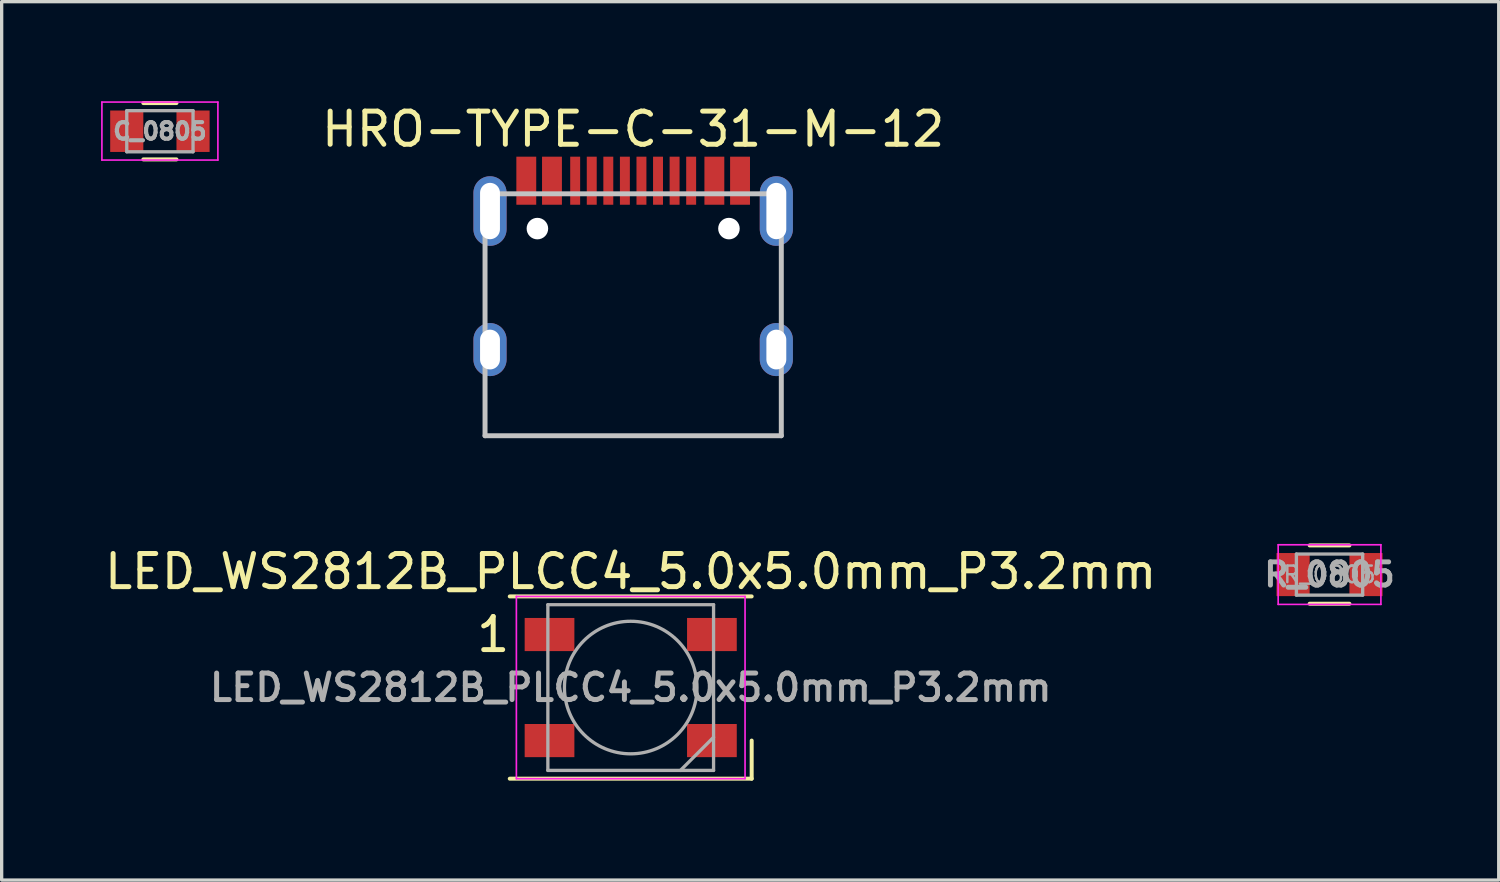
<source format=kicad_pcb>
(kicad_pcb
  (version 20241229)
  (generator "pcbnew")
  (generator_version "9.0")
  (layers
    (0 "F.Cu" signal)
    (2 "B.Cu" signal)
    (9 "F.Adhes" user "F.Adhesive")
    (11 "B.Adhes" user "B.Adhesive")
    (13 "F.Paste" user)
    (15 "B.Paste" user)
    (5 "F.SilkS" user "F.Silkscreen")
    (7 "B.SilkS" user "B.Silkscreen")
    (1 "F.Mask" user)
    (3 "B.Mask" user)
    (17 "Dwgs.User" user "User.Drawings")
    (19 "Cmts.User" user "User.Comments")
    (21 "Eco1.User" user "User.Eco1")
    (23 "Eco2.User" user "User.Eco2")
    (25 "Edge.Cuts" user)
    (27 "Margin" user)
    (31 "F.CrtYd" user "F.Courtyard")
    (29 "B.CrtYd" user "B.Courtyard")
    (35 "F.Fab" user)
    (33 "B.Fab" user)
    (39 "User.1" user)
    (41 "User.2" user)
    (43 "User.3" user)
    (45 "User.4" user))
  (footprint "C_0805"
    (layer "F.Cu")
    (at 1.775 0.91)
    (property "Reference" "C_0805" (at 0 0 0) (layer "F.Fab") (effects (font (size 0.5 0.5) (thickness 0.125))))
    (attr smd)
    (fp_line (start -0.5 0.85) (end 0.5 0.85) (stroke (width 0.12) (type solid)) (layer "F.SilkS"))
    (fp_line (start 0.5 -0.85) (end -0.5 -0.85) (stroke (width 0.12) (type solid)) (layer "F.SilkS"))
    (fp_line (start -1.75 -0.88) (end -1.75 0.87) (stroke (width 0.05) (type solid)) (layer "F.CrtYd"))
    (fp_line (start -1.75 -0.88) (end 1.75 -0.88) (stroke (width 0.05) (type solid)) (layer "F.CrtYd"))
    (fp_line (start 1.75 0.87) (end -1.75 0.87) (stroke (width 0.05) (type solid)) (layer "F.CrtYd"))
    (fp_line (start 1.75 0.87) (end 1.75 -0.88) (stroke (width 0.05) (type solid)) (layer "F.CrtYd"))
    (fp_line (start -1 -0.62) (end 1 -0.62) (stroke (width 0.1) (type solid)) (layer "F.Fab"))
    (fp_line (start -1 0.62) (end -1 -0.62) (stroke (width 0.1) (type solid)) (layer "F.Fab"))
    (fp_line (start 1 -0.62) (end 1 0.62) (stroke (width 0.1) (type solid)) (layer "F.Fab"))
    (fp_line (start 1 0.62) (end -1 0.62) (stroke (width 0.1) (type solid)) (layer "F.Fab"))
    (pad "1" smd rect (at -1 0) (size 1 1.25) (layers "F.Cu" "F.Mask" "F.Paste"))
    (pad "2" smd rect (at 1 0) (size 1 1.25) (layers "F.Cu" "F.Mask" "F.Paste")))
  (footprint "R_0805"
    (layer "F.Cu")
    (at 37.069 14.288)
    (property "Reference" "R_0805" (at 0 0 180) (layer "F.Fab") (effects (font (size 0.7 0.7) (thickness 0.15))))
    (attr smd)
    (fp_line (start -0.6 -0.88) (end 0.6 -0.88) (stroke (width 0.12) (type solid)) (layer "F.SilkS"))
    (fp_line (start 0.6 0.88) (end -0.6 0.88) (stroke (width 0.12) (type solid)) (layer "F.SilkS"))
    (fp_line (start -1.55 -0.9) (end -1.55 0.9) (stroke (width 0.05) (type solid)) (layer "F.CrtYd"))
    (fp_line (start -1.55 -0.9) (end 1.55 -0.9) (stroke (width 0.05) (type solid)) (layer "F.CrtYd"))
    (fp_line (start 1.55 0.9) (end -1.55 0.9) (stroke (width 0.05) (type solid)) (layer "F.CrtYd"))
    (fp_line (start 1.55 0.9) (end 1.55 -0.9) (stroke (width 0.05) (type solid)) (layer "F.CrtYd"))
    (fp_line (start -1 -0.62) (end 1 -0.62) (stroke (width 0.1) (type solid)) (layer "F.Fab"))
    (fp_line (start -1 0.62) (end -1 -0.62) (stroke (width 0.1) (type solid)) (layer "F.Fab"))
    (fp_line (start 1 -0.62) (end 1 0.62) (stroke (width 0.1) (type solid)) (layer "F.Fab"))
    (fp_line (start 1 0.62) (end -1 0.62) (stroke (width 0.1) (type solid)) (layer "F.Fab"))
    (fp_text user "${REFERENCE}" (at 0 0 0) (layer "F.Fab") (effects (font (size 0.5 0.5) (thickness 0.075))))
    (pad "1" smd rect (at -1.1 0) (size 1 1.3) (layers "F.Cu" "F.Mask" "F.Paste"))
    (pad "2" smd rect (at 1.1 0) (size 1 1.3) (layers "F.Cu" "F.Mask" "F.Paste")))
  (footprint "HRO-TYPE-C-31-M-12"
    (layer "F.Cu")
    (at 16.056 10.098)
    (property "Reference" "HRO-TYPE-C-31-M-12" (at 0 -9.25 0) (layer "F.SilkS") (effects (font (size 1 1) (thickness 0.15))))
    (attr through_hole)
    (fp_line (start -4.47 -7.3) (end 4.47 -7.3) (stroke (width 0.15) (type solid)) (layer "Dwgs.User"))
    (fp_line (start -4.47 0) (end -4.47 -7.3) (stroke (width 0.15) (type solid)) (layer "Dwgs.User"))
    (fp_line (start -4.47 0) (end 4.47 0) (stroke (width 0.15) (type solid)) (layer "Dwgs.User"))
    (fp_line (start 4.47 0) (end 4.47 -7.3) (stroke (width 0.15) (type solid)) (layer "Dwgs.User"))
    (pad "" np_thru_hole circle (at -2.89 -6.25) (size 0.65 0.65) (drill 0.65) (layers "*.Cu" "*.Mask"))
    (pad "" np_thru_hole circle (at 2.89 -6.25) (size 0.65 0.65) (drill 0.65) (layers "*.Cu" "*.Mask"))
    (pad "1" smd rect (at -3.225 -7.695) (size 0.6 1.45) (layers "F.Cu" "F.Mask" "F.Paste"))
    (pad "2" smd rect (at -2.45 -7.695) (size 0.6 1.45) (layers "F.Cu" "F.Mask" "F.Paste"))
    (pad "3" smd rect (at -1.75 -7.695) (size 0.3 1.45) (layers "F.Cu" "F.Mask" "F.Paste"))
    (pad "4" smd rect (at -1.25 -7.695) (size 0.3 1.45) (layers "F.Cu" "F.Mask" "F.Paste"))
    (pad "5" smd rect (at -0.75 -7.695) (size 0.3 1.45) (layers "F.Cu" "F.Mask" "F.Paste"))
    (pad "6" smd rect (at -0.25 -7.695) (size 0.3 1.45) (layers "F.Cu" "F.Mask" "F.Paste"))
    (pad "7" smd rect (at 0.25 -7.695) (size 0.3 1.45) (layers "F.Cu" "F.Mask" "F.Paste"))
    (pad "8" smd rect (at 0.75 -7.695) (size 0.3 1.45) (layers "F.Cu" "F.Mask" "F.Paste"))
    (pad "9" smd rect (at 1.25 -7.695) (size 0.3 1.45) (layers "F.Cu" "F.Mask" "F.Paste"))
    (pad "10" smd rect (at 1.75 -7.695) (size 0.3 1.45) (layers "F.Cu" "F.Mask" "F.Paste"))
    (pad "11" smd rect (at 2.45 -7.695) (size 0.6 1.45) (layers "F.Cu" "F.Mask" "F.Paste"))
    (pad "12" smd rect (at 3.225 -7.695) (size 0.6 1.45) (layers "F.Cu" "F.Mask" "F.Paste"))
    (pad "13" thru_hole oval (at -4.32 -6.78) (size 1 2.1) (drill oval 0.6 1.7) (layers "*.Cu" "*.Mask"))
    (pad "13" thru_hole oval (at -4.32 -2.6) (size 1 1.6) (drill oval 0.6 1.2) (layers "*.Cu" "*.Mask"))
    (pad "13" thru_hole oval (at 4.32 -6.78) (size 1 2.1) (drill oval 0.6 1.7) (layers "*.Cu" "*.Mask"))
    (pad "13" thru_hole oval (at 4.32 -2.6) (size 1 1.6) (drill oval 0.6 1.2) (layers "*.Cu" "*.Mask")))
  (footprint "LED_WS2812B_PLCC4_5.0x5.0mm_P3.2mm"
    (layer "F.Cu")
    (at 15.982 17.697)
    (property "Reference" "LED_WS2812B_PLCC4_5.0x5.0mm_P3.2mm" (at 0 -3.5 0) (layer "F.SilkS") (effects (font (size 1 1) (thickness 0.15))))
    (attr smd)
    (fp_line (start -3.65 -2.75) (end 3.65 -2.75) (stroke (width 0.12) (type solid)) (layer "F.SilkS"))
    (fp_line (start -3.65 2.75) (end 3.65 2.75) (stroke (width 0.12) (type solid)) (layer "F.SilkS"))
    (fp_line (start 3.65 2.75) (end 3.65 1.6) (stroke (width 0.12) (type solid)) (layer "F.SilkS"))
    (fp_line (start -3.45 -2.75) (end -3.45 2.75) (stroke (width 0.05) (type solid)) (layer "F.CrtYd"))
    (fp_line (start -3.45 2.75) (end 3.45 2.75) (stroke (width 0.05) (type solid)) (layer "F.CrtYd"))
    (fp_line (start 3.45 -2.75) (end -3.45 -2.75) (stroke (width 0.05) (type solid)) (layer "F.CrtYd"))
    (fp_line (start 3.45 2.75) (end 3.45 -2.75) (stroke (width 0.05) (type solid)) (layer "F.CrtYd"))
    (fp_line (start -2.5 -2.5) (end -2.5 2.5) (stroke (width 0.1) (type solid)) (layer "F.Fab"))
    (fp_line (start -2.5 2.5) (end 2.5 2.5) (stroke (width 0.1) (type solid)) (layer "F.Fab"))
    (fp_line (start 2.5 -2.5) (end -2.5 -2.5) (stroke (width 0.1) (type solid)) (layer "F.Fab"))
    (fp_line (start 2.5 1.5) (end 1.5 2.5) (stroke (width 0.1) (type solid)) (layer "F.Fab"))
    (fp_line (start 2.5 2.5) (end 2.5 -2.5) (stroke (width 0.1) (type solid)) (layer "F.Fab"))
    (fp_circle (center 0 0) (end 0 -2) (stroke (width 0.1) (type solid)) (fill no) (layer "F.Fab"))
    (fp_text user "1" (at -4.15 -1.6 0) (layer "F.SilkS") (effects (font (size 1 1) (thickness 0.15))))
    (fp_text user "${REFERENCE}" (at 0 0 0) (layer "F.Fab") (effects (font (size 0.8 0.8) (thickness 0.15))))
    (pad "1" smd rect (at -2.45 -1.6) (size 1.5 1) (layers "F.Cu" "F.Mask" "F.Paste"))
    (pad "2" smd rect (at -2.45 1.6) (size 1.5 1) (layers "F.Cu" "F.Mask" "F.Paste"))
    (pad "3" smd rect (at 2.45 1.6) (size 1.5 1) (layers "F.Cu" "F.Mask" "F.Paste"))
    (pad "4" smd rect (at 2.45 -1.6) (size 1.5 1) (layers "F.Cu" "F.Mask" "F.Paste")))
  (gr_rect
    (start -3 -3)
    (end 42.174 23.506)
    (stroke (width 0.1) (type default))
    (fill no)
    (layer "Edge.Cuts")))
</source>
